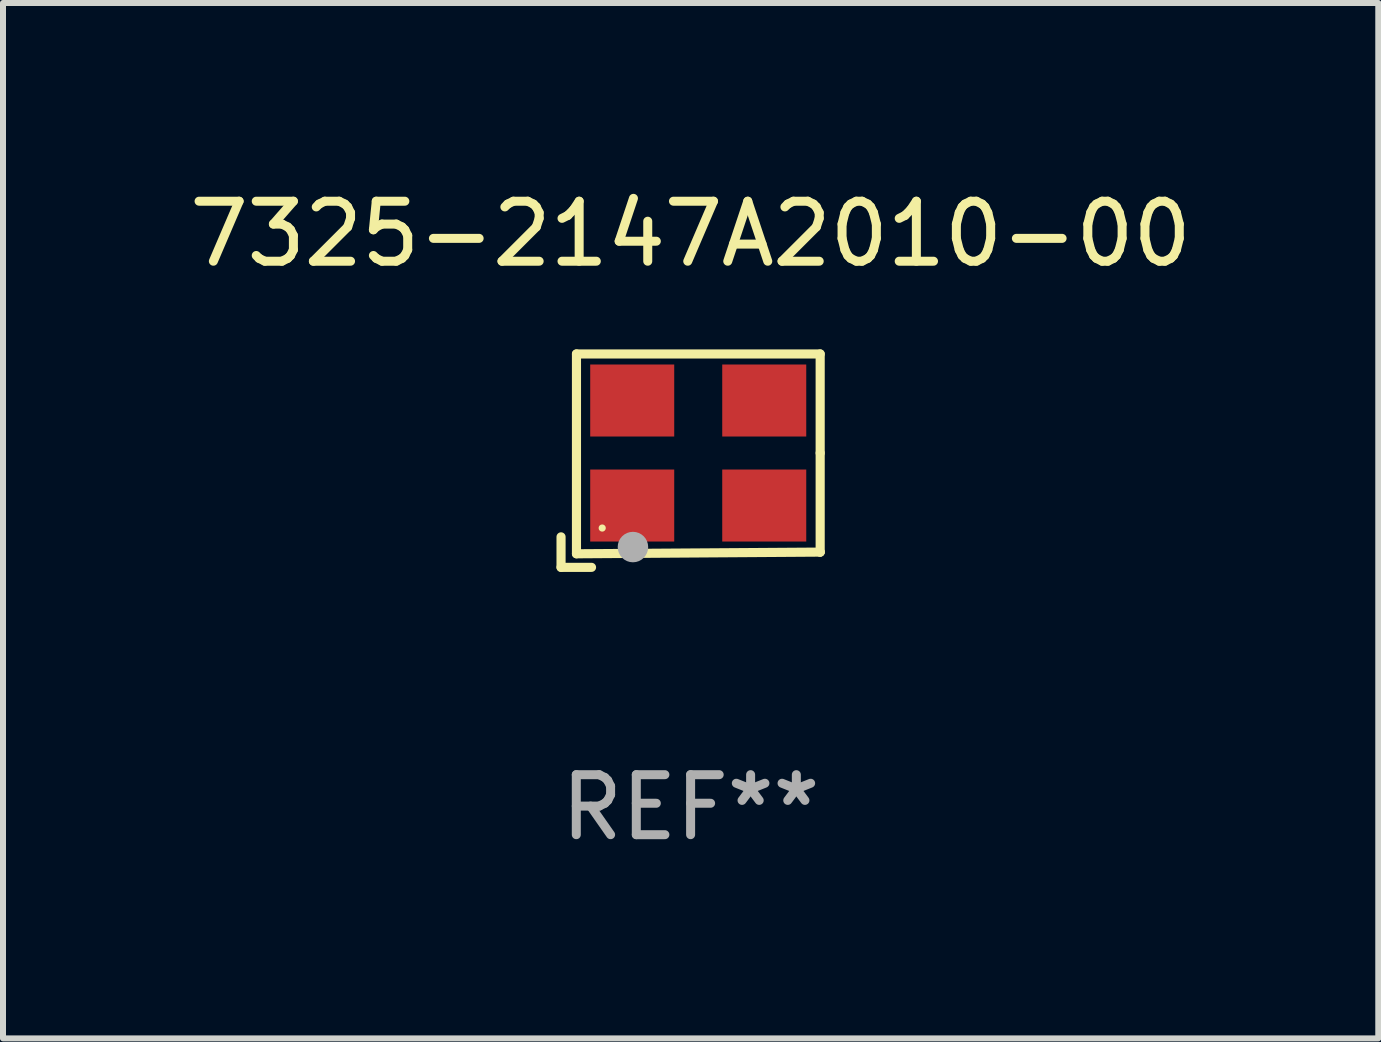
<source format=kicad_pcb>
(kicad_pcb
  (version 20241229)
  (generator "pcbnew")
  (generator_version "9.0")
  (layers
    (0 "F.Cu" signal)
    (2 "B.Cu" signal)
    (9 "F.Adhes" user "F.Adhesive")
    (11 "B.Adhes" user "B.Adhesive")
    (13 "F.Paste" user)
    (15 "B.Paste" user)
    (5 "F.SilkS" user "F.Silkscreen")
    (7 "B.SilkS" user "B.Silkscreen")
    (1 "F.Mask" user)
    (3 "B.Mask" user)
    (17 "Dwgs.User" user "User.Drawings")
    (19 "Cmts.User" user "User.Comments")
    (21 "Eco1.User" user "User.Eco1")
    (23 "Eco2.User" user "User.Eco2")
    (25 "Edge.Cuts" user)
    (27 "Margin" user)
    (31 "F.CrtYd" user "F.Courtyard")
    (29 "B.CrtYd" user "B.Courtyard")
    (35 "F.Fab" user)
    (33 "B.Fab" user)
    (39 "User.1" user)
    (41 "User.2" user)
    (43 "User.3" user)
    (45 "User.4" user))
  (footprint "7325-2147A2010-00"
    (layer "F.Cu")
    (at 8.458 4.626)
    (property "Reference" "7325-2147A2010-00" (at 0 -3.778 0) (layer "F.SilkS") (effects (font (size 1 1) (thickness 0.15))))
    (attr through_hole)
    (fp_line (start -2.159 1.27) (end -2.159 1.778) (stroke (width 0.152) (type solid)) (layer "F.SilkS"))
    (fp_line (start -2.159 1.778) (end -1.651 1.778) (stroke (width 0.152) (type solid)) (layer "F.SilkS"))
    (fp_line (start -1.902 -1.778) (end 2.159 -1.778) (stroke (width 0.152) (type solid)) (layer "F.SilkS"))
    (fp_line (start -1.902 1.552) (end -1.902 -1.778) (stroke (width 0.152) (type solid)) (layer "F.SilkS"))
    (fp_line (start 2.159 -1.778) (end 2.159 -0.127) (stroke (width 0.152) (type solid)) (layer "F.SilkS"))
    (fp_line (start 2.159 -0.127) (end 2.159 1.524) (stroke (width 0.152) (type solid)) (layer "F.SilkS"))
    (fp_line (start 2.159 1.524) (end -1.902 1.552) (stroke (width 0.152) (type solid)) (layer "F.SilkS"))
    (fp_line (start 2.159 1.524) (end 2.159 1.524) (stroke (width 0.152) (type solid)) (layer "F.SilkS"))
    (fp_circle (center -1.473 1.123) (end -1.443 1.123) (stroke (width 0.06) (type solid)) (fill no) (layer "F.SilkS"))
    (fp_circle (center -0.961 1.44) (end -0.834 1.44) (stroke (width 0.254) (type solid)) (fill no) (layer "F.Fab"))
    (fp_text user "REF**" (at 0 5.778 0) (layer "F.Fab") (effects (font (size 1 1) (thickness 0.15))))
    (pad "1" smd rect (at -0.973 0.748) (size 1.4 1.2) (layers "F.Cu" "F.Mask" "F.Paste"))
    (pad "2" smd rect (at 1.227 0.748) (size 1.4 1.2) (layers "F.Cu" "F.Mask" "F.Paste"))
    (pad "3" smd rect (at 1.227 -1.002) (size 1.4 1.2) (layers "F.Cu" "F.Mask" "F.Paste"))
    (pad "4" smd rect (at -0.973 -1.002) (size 1.4 1.2) (layers "F.Cu" "F.Mask" "F.Paste")))
  (gr_rect
    (start -3 -3)
    (end 19.917 14.253)
    (stroke (width 0.1) (type default))
    (fill no)
    (layer "Edge.Cuts")))
</source>
